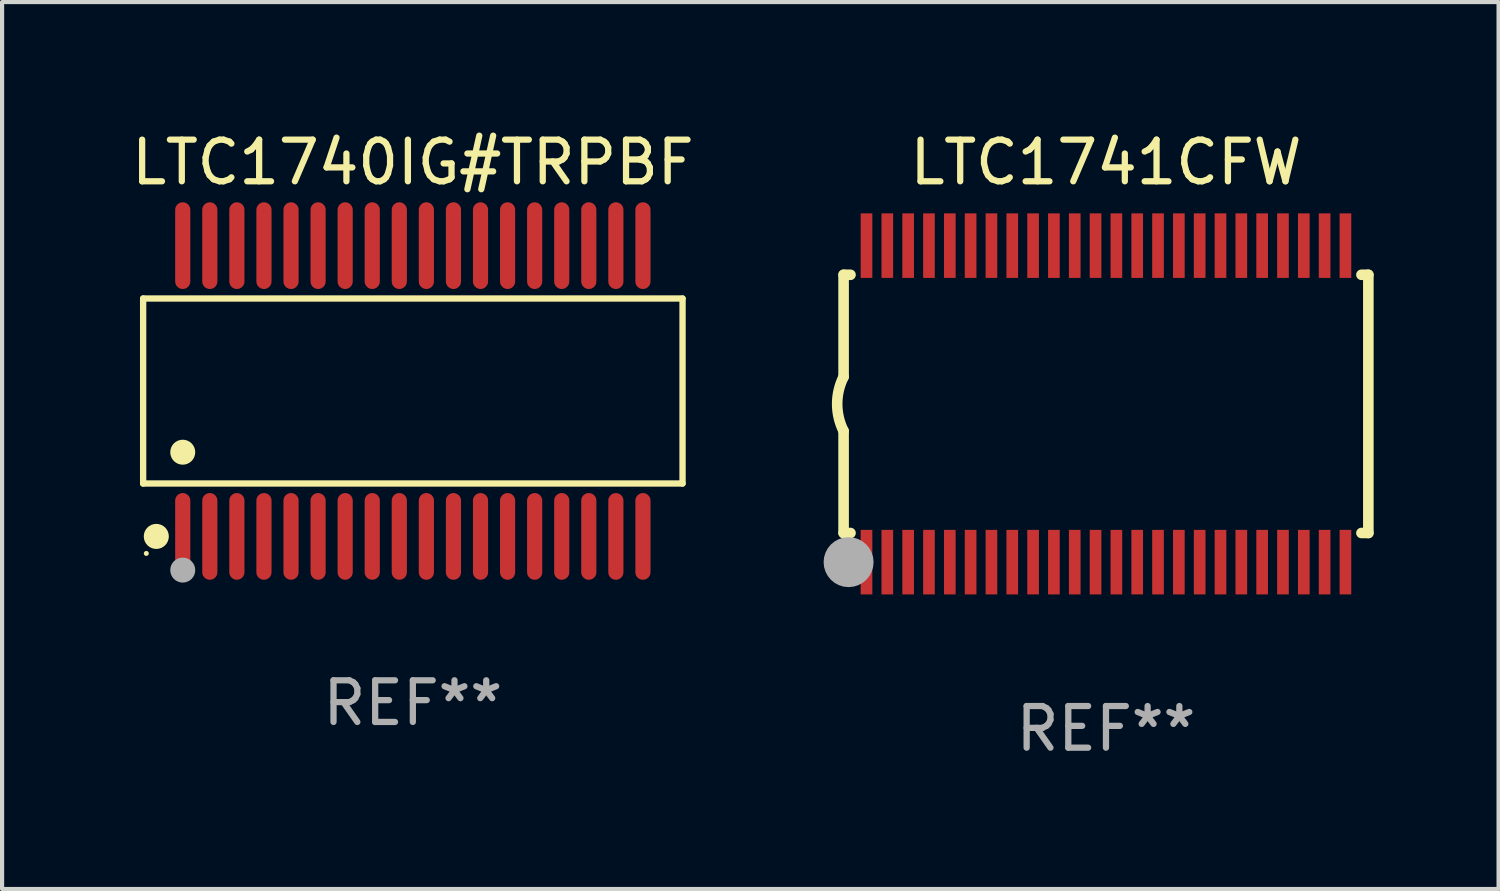
<source format=kicad_pcb>
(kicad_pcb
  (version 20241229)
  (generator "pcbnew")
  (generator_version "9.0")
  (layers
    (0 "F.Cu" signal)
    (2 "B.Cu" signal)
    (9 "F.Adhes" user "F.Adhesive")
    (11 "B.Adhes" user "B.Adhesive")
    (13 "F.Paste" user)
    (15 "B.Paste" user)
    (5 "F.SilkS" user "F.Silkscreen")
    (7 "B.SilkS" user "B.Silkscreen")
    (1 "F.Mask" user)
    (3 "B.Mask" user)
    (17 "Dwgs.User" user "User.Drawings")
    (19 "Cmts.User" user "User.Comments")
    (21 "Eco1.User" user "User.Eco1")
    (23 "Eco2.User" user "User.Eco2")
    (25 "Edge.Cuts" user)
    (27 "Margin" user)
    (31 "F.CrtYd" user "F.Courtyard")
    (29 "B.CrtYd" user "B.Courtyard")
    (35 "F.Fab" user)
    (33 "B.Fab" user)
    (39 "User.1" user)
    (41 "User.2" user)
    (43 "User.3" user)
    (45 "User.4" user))
  (footprint "LTC1741CFW"
    (layer "F.Cu")
    (at 23.506 6.648)
    (property "Reference" "LTC1741CFW" (at 0 -5.8 0) (layer "F.SilkS") (effects (font (size 1 1) (thickness 0.15))))
    (attr through_hole)
    (fp_line (start -6.3 -3.1) (end -6.3 -0.65) (stroke (width 0.254) (type solid)) (layer "F.SilkS"))
    (fp_line (start -6.3 -3.1) (end -6.134 -3.1) (stroke (width 0.254) (type solid)) (layer "F.SilkS"))
    (fp_line (start -6.3 3.1) (end -6.3 0.65) (stroke (width 0.254) (type solid)) (layer "F.SilkS"))
    (fp_line (start -6.3 3.1) (end -6.134 3.1) (stroke (width 0.254) (type solid)) (layer "F.SilkS"))
    (fp_line (start 6.134 -3.1) (end 6.3 -3.1) (stroke (width 0.254) (type solid)) (layer "F.SilkS"))
    (fp_line (start 6.134 3.1) (end 6.3 3.1) (stroke (width 0.254) (type solid)) (layer "F.SilkS"))
    (fp_line (start 6.3 -3.1) (end 6.3 3.1) (stroke (width 0.254) (type solid)) (layer "F.SilkS"))
    (fp_arc (start -6.301016 0.650114) (mid -6.45413 -0.000082) (end -6.3 -0.650038) (stroke (width 0.254001) (type solid)) (layer "F.SilkS"))
    (fp_circle (center -6.35 3.81) (end -6.223 3.81) (stroke (width 0.254) (type solid)) (fill no) (layer "F.SilkS"))
    (fp_circle (center -6.25 4.05) (end -6.22 4.05) (stroke (width 0.06) (type solid)) (fill no) (layer "F.SilkS"))
    (fp_circle (center -6.18 3.8) (end -5.88 3.8) (stroke (width 0.6) (type solid)) (fill no) (layer "F.Fab"))
    (fp_text user "REF**" (at 0 7.8 0) (layer "F.Fab") (effects (font (size 1 1) (thickness 0.15))))
    (pad "1" smd rect (at -5.75 3.8) (size 0.28 1.55) (layers "F.Cu" "F.Mask" "F.Paste"))
    (pad "2" smd rect (at -5.25 3.8) (size 0.28 1.55) (layers "F.Cu" "F.Mask" "F.Paste"))
    (pad "3" smd rect (at -4.75 3.8) (size 0.28 1.55) (layers "F.Cu" "F.Mask" "F.Paste"))
    (pad "4" smd rect (at -4.25 3.8) (size 0.28 1.55) (layers "F.Cu" "F.Mask" "F.Paste"))
    (pad "5" smd rect (at -3.75 3.8) (size 0.28 1.55) (layers "F.Cu" "F.Mask" "F.Paste"))
    (pad "6" smd rect (at -3.25 3.8) (size 0.28 1.55) (layers "F.Cu" "F.Mask" "F.Paste"))
    (pad "7" smd rect (at -2.75 3.8) (size 0.28 1.55) (layers "F.Cu" "F.Mask" "F.Paste"))
    (pad "8" smd rect (at -2.25 3.8) (size 0.28 1.55) (layers "F.Cu" "F.Mask" "F.Paste"))
    (pad "9" smd rect (at -1.75 3.8) (size 0.28 1.55) (layers "F.Cu" "F.Mask" "F.Paste"))
    (pad "10" smd rect (at -1.25 3.8) (size 0.28 1.55) (layers "F.Cu" "F.Mask" "F.Paste"))
    (pad "11" smd rect (at -0.75 3.8) (size 0.28 1.55) (layers "F.Cu" "F.Mask" "F.Paste"))
    (pad "12" smd rect (at -0.25 3.8) (size 0.28 1.55) (layers "F.Cu" "F.Mask" "F.Paste"))
    (pad "13" smd rect (at 0.25 3.8) (size 0.28 1.55) (layers "F.Cu" "F.Mask" "F.Paste"))
    (pad "14" smd rect (at 0.75 3.8) (size 0.28 1.55) (layers "F.Cu" "F.Mask" "F.Paste"))
    (pad "15" smd rect (at 1.25 3.8) (size 0.28 1.55) (layers "F.Cu" "F.Mask" "F.Paste"))
    (pad "16" smd rect (at 1.75 3.8) (size 0.28 1.55) (layers "F.Cu" "F.Mask" "F.Paste"))
    (pad "17" smd rect (at 2.25 3.8) (size 0.28 1.55) (layers "F.Cu" "F.Mask" "F.Paste"))
    (pad "18" smd rect (at 2.75 3.8) (size 0.28 1.55) (layers "F.Cu" "F.Mask" "F.Paste"))
    (pad "19" smd rect (at 3.25 3.8) (size 0.28 1.55) (layers "F.Cu" "F.Mask" "F.Paste"))
    (pad "20" smd rect (at 3.75 3.8) (size 0.28 1.55) (layers "F.Cu" "F.Mask" "F.Paste"))
    (pad "21" smd rect (at 4.25 3.8) (size 0.28 1.55) (layers "F.Cu" "F.Mask" "F.Paste"))
    (pad "22" smd rect (at 4.75 3.8) (size 0.28 1.55) (layers "F.Cu" "F.Mask" "F.Paste"))
    (pad "23" smd rect (at 5.25 3.8) (size 0.28 1.55) (layers "F.Cu" "F.Mask" "F.Paste"))
    (pad "24" smd rect (at 5.75 3.8) (size 0.28 1.55) (layers "F.Cu" "F.Mask" "F.Paste"))
    (pad "25" smd rect (at 5.75 -3.8) (size 0.28 1.55) (layers "F.Cu" "F.Mask" "F.Paste"))
    (pad "26" smd rect (at 5.25 -3.8) (size 0.28 1.55) (layers "F.Cu" "F.Mask" "F.Paste"))
    (pad "27" smd rect (at 4.75 -3.8) (size 0.28 1.55) (layers "F.Cu" "F.Mask" "F.Paste"))
    (pad "28" smd rect (at 4.25 -3.8) (size 0.28 1.55) (layers "F.Cu" "F.Mask" "F.Paste"))
    (pad "29" smd rect (at 3.75 -3.8) (size 0.28 1.55) (layers "F.Cu" "F.Mask" "F.Paste"))
    (pad "30" smd rect (at 3.25 -3.8) (size 0.28 1.55) (layers "F.Cu" "F.Mask" "F.Paste"))
    (pad "31" smd rect (at 2.75 -3.8) (size 0.28 1.55) (layers "F.Cu" "F.Mask" "F.Paste"))
    (pad "32" smd rect (at 2.25 -3.8) (size 0.28 1.55) (layers "F.Cu" "F.Mask" "F.Paste"))
    (pad "33" smd rect (at 1.75 -3.8) (size 0.28 1.55) (layers "F.Cu" "F.Mask" "F.Paste"))
    (pad "34" smd rect (at 1.25 -3.8) (size 0.28 1.55) (layers "F.Cu" "F.Mask" "F.Paste"))
    (pad "35" smd rect (at 0.75 -3.8) (size 0.28 1.55) (layers "F.Cu" "F.Mask" "F.Paste"))
    (pad "36" smd rect (at 0.25 -3.8) (size 0.28 1.55) (layers "F.Cu" "F.Mask" "F.Paste"))
    (pad "37" smd rect (at -0.25 -3.8) (size 0.28 1.55) (layers "F.Cu" "F.Mask" "F.Paste"))
    (pad "38" smd rect (at -0.75 -3.8) (size 0.28 1.55) (layers "F.Cu" "F.Mask" "F.Paste"))
    (pad "39" smd rect (at -1.25 -3.8) (size 0.28 1.55) (layers "F.Cu" "F.Mask" "F.Paste"))
    (pad "40" smd rect (at -1.75 -3.8) (size 0.28 1.55) (layers "F.Cu" "F.Mask" "F.Paste"))
    (pad "41" smd rect (at -2.25 -3.8) (size 0.28 1.55) (layers "F.Cu" "F.Mask" "F.Paste"))
    (pad "42" smd rect (at -2.75 -3.8) (size 0.28 1.55) (layers "F.Cu" "F.Mask" "F.Paste"))
    (pad "43" smd rect (at -3.25 -3.8) (size 0.28 1.55) (layers "F.Cu" "F.Mask" "F.Paste"))
    (pad "44" smd rect (at -3.75 -3.8) (size 0.28 1.55) (layers "F.Cu" "F.Mask" "F.Paste"))
    (pad "45" smd rect (at -4.25 -3.8) (size 0.28 1.55) (layers "F.Cu" "F.Mask" "F.Paste"))
    (pad "46" smd rect (at -4.75 -3.8) (size 0.28 1.55) (layers "F.Cu" "F.Mask" "F.Paste"))
    (pad "47" smd rect (at -5.25 -3.8) (size 0.28 1.55) (layers "F.Cu" "F.Mask" "F.Paste"))
    (pad "48" smd rect (at -5.75 -3.8) (size 0.28 1.55) (layers "F.Cu" "F.Mask" "F.Paste")))
  (footprint "LTC1740IG#TRPBF"
    (layer "F.Cu")
    (at 6.863 6.339)
    (property "Reference" "LTC1740IG#TRPBF" (at 0 -5.491 0) (layer "F.SilkS") (effects (font (size 1 1) (thickness 0.15))))
    (attr through_hole)
    (fp_line (start -6.476 -2.221) (end 6.476 -2.221) (stroke (width 0.152) (type solid)) (layer "F.SilkS"))
    (fp_line (start -6.476 2.221) (end -6.476 -2.221) (stroke (width 0.152) (type solid)) (layer "F.SilkS"))
    (fp_line (start 6.476 -2.221) (end 6.476 2.221) (stroke (width 0.152) (type solid)) (layer "F.SilkS"))
    (fp_line (start 6.476 2.221) (end -6.476 2.221) (stroke (width 0.152) (type solid)) (layer "F.SilkS"))
    (fp_circle (center -6.4 3.9) (end -6.37 3.9) (stroke (width 0.06) (type solid)) (fill no) (layer "F.SilkS"))
    (fp_circle (center -6.16 3.491) (end -6.009 3.491) (stroke (width 0.3) (type solid)) (fill no) (layer "F.SilkS"))
    (fp_circle (center -5.525 1.469) (end -5.375 1.469) (stroke (width 0.3) (type solid)) (fill no) (layer "F.SilkS"))
    (fp_circle (center -5.525 4.3) (end -5.375 4.3) (stroke (width 0.3) (type solid)) (fill no) (layer "F.Fab"))
    (fp_text user "REF**" (at 0 7.491 0) (layer "F.Fab") (effects (font (size 1 1) (thickness 0.15))))
    (pad "1" smd oval (at -5.525 3.491) (size 0.364 2.082) (layers "F.Cu" "F.Mask" "F.Paste"))
    (pad "2" smd oval (at -4.875 3.491) (size 0.364 2.082) (layers "F.Cu" "F.Mask" "F.Paste"))
    (pad "3" smd oval (at -4.225 3.491) (size 0.364 2.082) (layers "F.Cu" "F.Mask" "F.Paste"))
    (pad "4" smd oval (at -3.575 3.491) (size 0.364 2.082) (layers "F.Cu" "F.Mask" "F.Paste"))
    (pad "5" smd oval (at -2.925 3.491) (size 0.364 2.082) (layers "F.Cu" "F.Mask" "F.Paste"))
    (pad "6" smd oval (at -2.275 3.491) (size 0.364 2.082) (layers "F.Cu" "F.Mask" "F.Paste"))
    (pad "7" smd oval (at -1.625 3.491) (size 0.364 2.082) (layers "F.Cu" "F.Mask" "F.Paste"))
    (pad "8" smd oval (at -0.975 3.491) (size 0.364 2.082) (layers "F.Cu" "F.Mask" "F.Paste"))
    (pad "9" smd oval (at -0.325 3.491) (size 0.364 2.082) (layers "F.Cu" "F.Mask" "F.Paste"))
    (pad "10" smd oval (at 0.325 3.491) (size 0.364 2.082) (layers "F.Cu" "F.Mask" "F.Paste"))
    (pad "11" smd oval (at 0.975 3.491) (size 0.364 2.082) (layers "F.Cu" "F.Mask" "F.Paste"))
    (pad "12" smd oval (at 1.625 3.491) (size 0.364 2.082) (layers "F.Cu" "F.Mask" "F.Paste"))
    (pad "13" smd oval (at 2.275 3.491) (size 0.364 2.082) (layers "F.Cu" "F.Mask" "F.Paste"))
    (pad "14" smd oval (at 2.925 3.491) (size 0.364 2.082) (layers "F.Cu" "F.Mask" "F.Paste"))
    (pad "15" smd oval (at 3.575 3.491) (size 0.364 2.082) (layers "F.Cu" "F.Mask" "F.Paste"))
    (pad "16" smd oval (at 4.225 3.491) (size 0.364 2.082) (layers "F.Cu" "F.Mask" "F.Paste"))
    (pad "17" smd oval (at 4.875 3.491) (size 0.364 2.082) (layers "F.Cu" "F.Mask" "F.Paste"))
    (pad "18" smd oval (at 5.525 3.491) (size 0.364 2.082) (layers "F.Cu" "F.Mask" "F.Paste"))
    (pad "19" smd oval (at 5.525 -3.491) (size 0.364 2.082) (layers "F.Cu" "F.Mask" "F.Paste"))
    (pad "20" smd oval (at 4.875 -3.491) (size 0.364 2.082) (layers "F.Cu" "F.Mask" "F.Paste"))
    (pad "21" smd oval (at 4.225 -3.491) (size 0.364 2.082) (layers "F.Cu" "F.Mask" "F.Paste"))
    (pad "22" smd oval (at 3.575 -3.491) (size 0.364 2.082) (layers "F.Cu" "F.Mask" "F.Paste"))
    (pad "23" smd oval (at 2.925 -3.491) (size 0.364 2.082) (layers "F.Cu" "F.Mask" "F.Paste"))
    (pad "24" smd oval (at 2.275 -3.491) (size 0.364 2.082) (layers "F.Cu" "F.Mask" "F.Paste"))
    (pad "25" smd oval (at 1.625 -3.491) (size 0.364 2.082) (layers "F.Cu" "F.Mask" "F.Paste"))
    (pad "26" smd oval (at 0.975 -3.491) (size 0.364 2.082) (layers "F.Cu" "F.Mask" "F.Paste"))
    (pad "27" smd oval (at 0.325 -3.491) (size 0.364 2.082) (layers "F.Cu" "F.Mask" "F.Paste"))
    (pad "28" smd oval (at -0.325 -3.491) (size 0.364 2.082) (layers "F.Cu" "F.Mask" "F.Paste"))
    (pad "29" smd oval (at -0.975 -3.491) (size 0.364 2.082) (layers "F.Cu" "F.Mask" "F.Paste"))
    (pad "30" smd oval (at -1.625 -3.491) (size 0.364 2.082) (layers "F.Cu" "F.Mask" "F.Paste"))
    (pad "31" smd oval (at -2.275 -3.491) (size 0.364 2.082) (layers "F.Cu" "F.Mask" "F.Paste"))
    (pad "32" smd oval (at -2.925 -3.491) (size 0.364 2.082) (layers "F.Cu" "F.Mask" "F.Paste"))
    (pad "33" smd oval (at -3.575 -3.491) (size 0.364 2.082) (layers "F.Cu" "F.Mask" "F.Paste"))
    (pad "34" smd oval (at -4.225 -3.491) (size 0.364 2.082) (layers "F.Cu" "F.Mask" "F.Paste"))
    (pad "35" smd oval (at -4.875 -3.491) (size 0.364 2.082) (layers "F.Cu" "F.Mask" "F.Paste"))
    (pad "36" smd oval (at -5.525 -3.491) (size 0.364 2.082) (layers "F.Cu" "F.Mask" "F.Paste")))
  (gr_rect
    (start -3 -3)
    (end 32.933 18.296)
    (stroke (width 0.1) (type default))
    (fill no)
    (layer "Edge.Cuts")))
</source>
